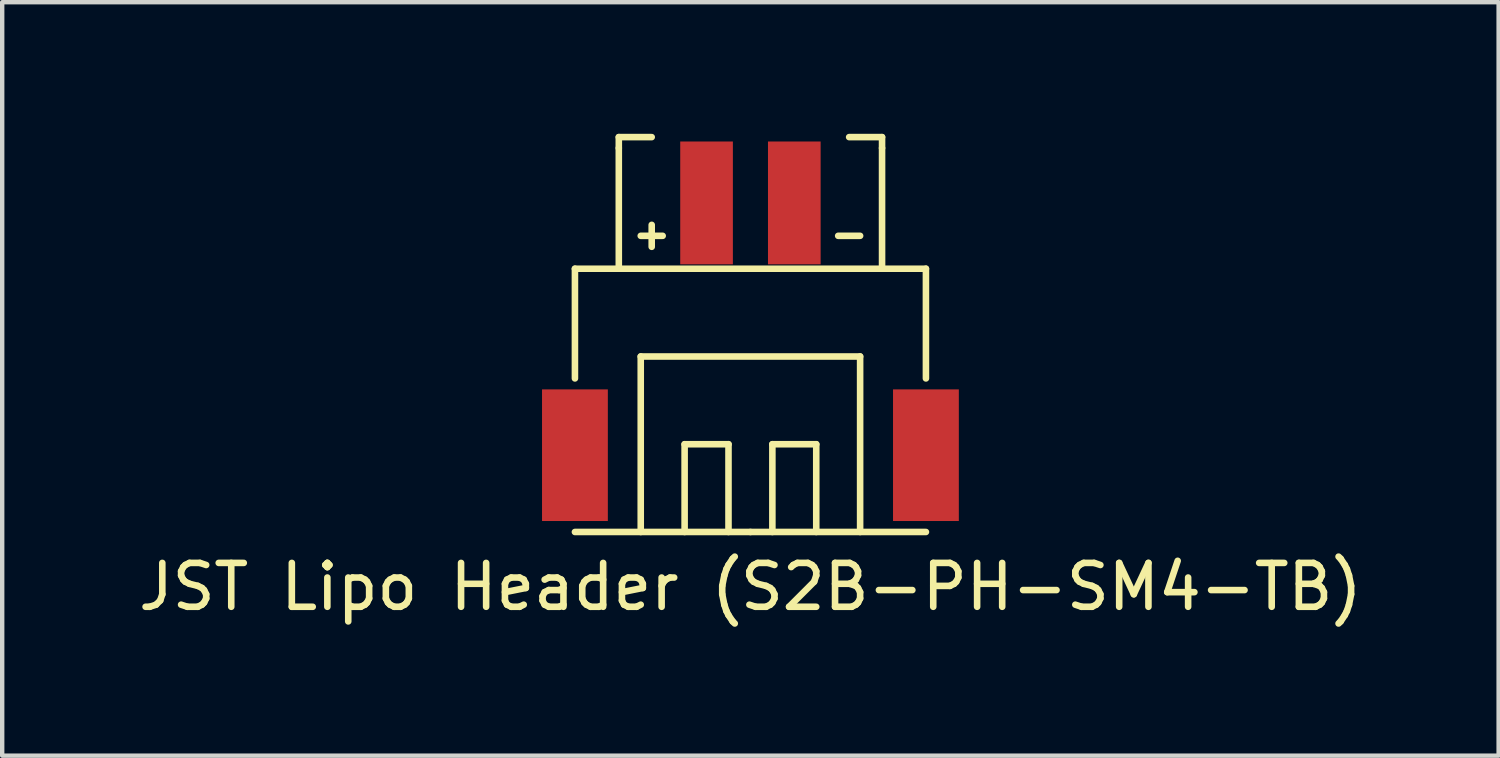
<source format=kicad_pcb>
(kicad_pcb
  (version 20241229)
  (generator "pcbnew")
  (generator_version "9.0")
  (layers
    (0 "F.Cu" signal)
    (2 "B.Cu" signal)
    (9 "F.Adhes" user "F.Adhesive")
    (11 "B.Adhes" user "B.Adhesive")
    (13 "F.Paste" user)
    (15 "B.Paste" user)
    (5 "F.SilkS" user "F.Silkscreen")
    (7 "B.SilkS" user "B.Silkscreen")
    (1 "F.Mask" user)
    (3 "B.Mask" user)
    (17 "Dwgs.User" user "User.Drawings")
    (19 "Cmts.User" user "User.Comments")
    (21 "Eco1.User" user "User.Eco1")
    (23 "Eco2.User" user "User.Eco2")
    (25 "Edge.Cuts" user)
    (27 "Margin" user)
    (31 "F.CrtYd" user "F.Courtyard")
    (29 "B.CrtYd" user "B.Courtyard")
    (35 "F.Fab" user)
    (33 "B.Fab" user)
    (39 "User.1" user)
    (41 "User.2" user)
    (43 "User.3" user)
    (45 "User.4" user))
  (footprint "JST Lipo Header (S2B-PH-SM4-TB)"
    (layer "F.Cu")
    (at 14.054 6.075)
    (property "Reference" "JST Lipo Header (S2B-PH-SM4-TB)" (at 0 4.25 0) (layer "F.SilkS") (effects (font (size 1 1) (thickness 0.15))))
    (attr through_hole)
    (fp_line (start -4 -3) (end -4 -0.5) (stroke (width 0.15) (type solid)) (layer "F.SilkS"))
    (fp_line (start -4 -3) (end 4 -3) (stroke (width 0.15) (type solid)) (layer "F.SilkS"))
    (fp_line (start -3 -6) (end -2.25 -6) (stroke (width 0.15) (type solid)) (layer "F.SilkS"))
    (fp_line (start -3 -5.75) (end -3 -6) (stroke (width 0.15) (type solid)) (layer "F.SilkS"))
    (fp_line (start -3 -3) (end -3 -5.75) (stroke (width 0.15) (type solid)) (layer "F.SilkS"))
    (fp_line (start -2.5 -3.75) (end -2 -3.75) (stroke (width 0.15) (type solid)) (layer "F.SilkS"))
    (fp_line (start -2.5 -1) (end 2.5 -1) (stroke (width 0.15) (type solid)) (layer "F.SilkS"))
    (fp_line (start -2.5 3) (end -2.5 -1) (stroke (width 0.15) (type solid)) (layer "F.SilkS"))
    (fp_line (start -2.25 -4) (end -2.25 -3.5) (stroke (width 0.15) (type solid)) (layer "F.SilkS"))
    (fp_line (start -1.5 1) (end -0.5 1) (stroke (width 0.15) (type solid)) (layer "F.SilkS"))
    (fp_line (start -1.5 3) (end -1.5 1) (stroke (width 0.15) (type solid)) (layer "F.SilkS"))
    (fp_line (start -0.5 1) (end -0.5 3) (stroke (width 0.15) (type solid)) (layer "F.SilkS"))
    (fp_line (start 0 3) (end -4 3) (stroke (width 0.15) (type solid)) (layer "F.SilkS"))
    (fp_line (start 0 3) (end 4 3) (stroke (width 0.15) (type solid)) (layer "F.SilkS"))
    (fp_line (start 0.5 1) (end 1.5 1) (stroke (width 0.15) (type solid)) (layer "F.SilkS"))
    (fp_line (start 0.5 3) (end 0.5 1) (stroke (width 0.15) (type solid)) (layer "F.SilkS"))
    (fp_line (start 1.5 1) (end 1.5 3) (stroke (width 0.15) (type solid)) (layer "F.SilkS"))
    (fp_line (start 2 -3.75) (end 2.5 -3.75) (stroke (width 0.15) (type solid)) (layer "F.SilkS"))
    (fp_line (start 2.5 -1) (end 2.5 3) (stroke (width 0.15) (type solid)) (layer "F.SilkS"))
    (fp_line (start 3 -6) (end 2.25 -6) (stroke (width 0.15) (type solid)) (layer "F.SilkS"))
    (fp_line (start 3 -5.75) (end 3 -6) (stroke (width 0.15) (type solid)) (layer "F.SilkS"))
    (fp_line (start 3 -3) (end 3 -5.75) (stroke (width 0.15) (type solid)) (layer "F.SilkS"))
    (fp_line (start 4 -3) (end 4 -0.5) (stroke (width 0.15) (type solid)) (layer "F.SilkS"))
    (pad "" connect rect (at -4 1.25) (size 1.5 3) (layers "F.Cu" "F.Mask"))
    (pad "" connect rect (at 4 1.25) (size 1.5 3) (layers "F.Cu" "F.Mask"))
    (pad "1" smd rect (at -1 -4.5) (size 1.2 2.8) (layers "F.Cu" "F.Mask" "F.Paste"))
    (pad "2" smd rect (at 1 -4.5) (size 1.2 2.8) (layers "F.Cu" "F.Mask" "F.Paste")))
  (gr_rect
    (start -3 -3)
    (end 31.107 14.173)
    (stroke (width 0.1) (type default))
    (fill no)
    (layer "Edge.Cuts")))
</source>
